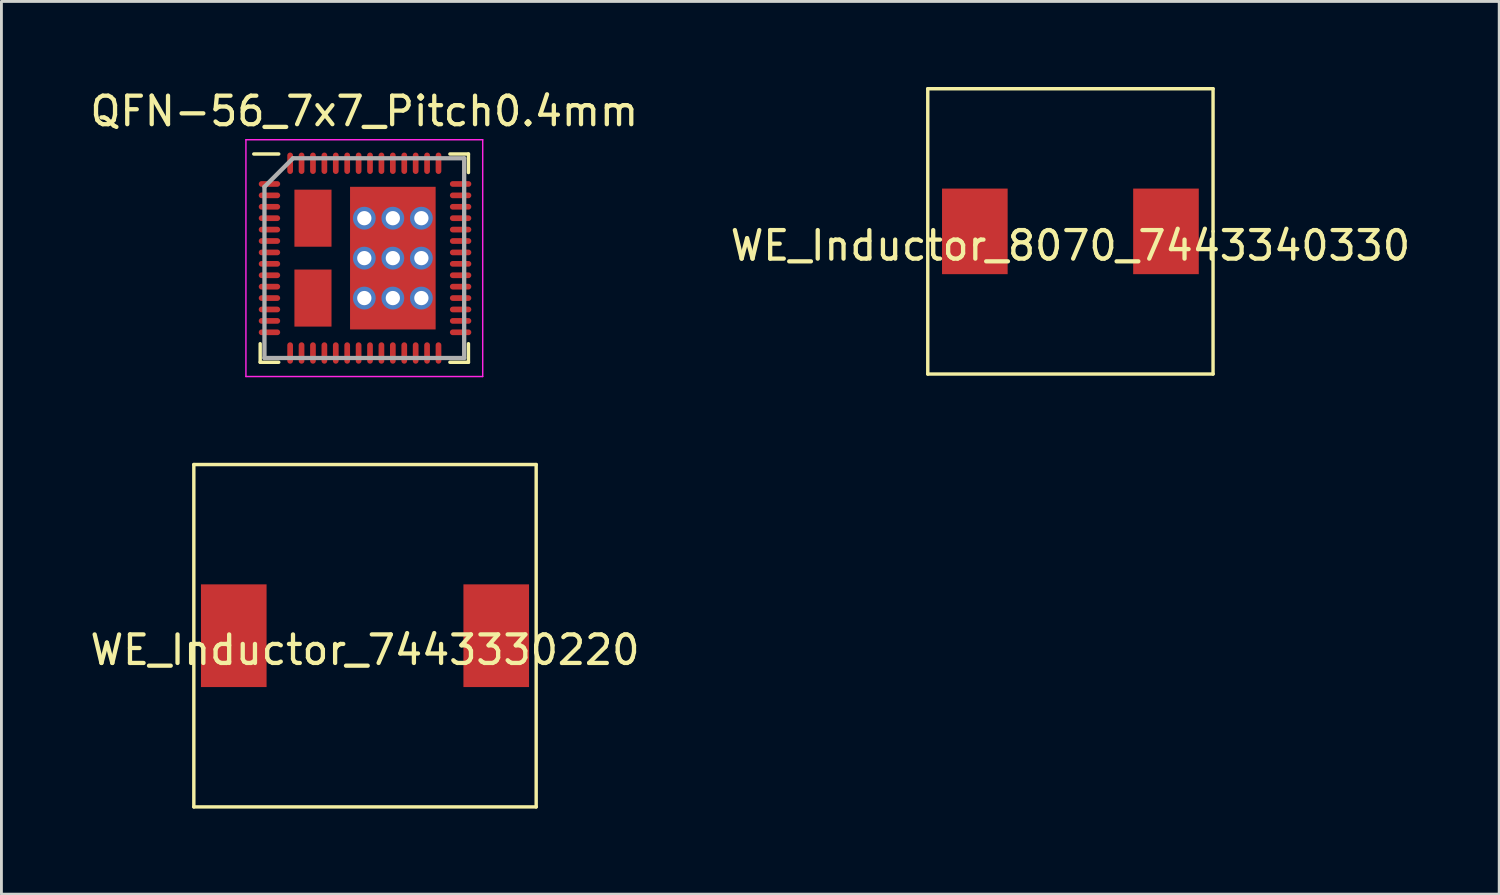
<source format=kicad_pcb>
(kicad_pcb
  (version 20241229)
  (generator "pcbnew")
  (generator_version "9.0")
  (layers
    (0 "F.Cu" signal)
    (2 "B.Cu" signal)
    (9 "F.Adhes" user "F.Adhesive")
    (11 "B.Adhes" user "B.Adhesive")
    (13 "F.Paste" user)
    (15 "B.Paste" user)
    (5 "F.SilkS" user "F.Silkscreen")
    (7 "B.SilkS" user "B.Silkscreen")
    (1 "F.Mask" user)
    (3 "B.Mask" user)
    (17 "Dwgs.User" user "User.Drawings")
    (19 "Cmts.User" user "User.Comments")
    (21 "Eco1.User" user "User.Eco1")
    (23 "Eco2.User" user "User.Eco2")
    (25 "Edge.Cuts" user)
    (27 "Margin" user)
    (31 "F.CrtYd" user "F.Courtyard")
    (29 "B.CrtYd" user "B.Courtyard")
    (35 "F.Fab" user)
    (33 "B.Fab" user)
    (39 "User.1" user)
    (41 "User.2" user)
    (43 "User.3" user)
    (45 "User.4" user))
  (footprint "QFN-56_7x7_Pitch0.4mm"
    (layer "F.Cu")
    (at 9.72 5.998)
    (property "Reference" "QFN-56_7x7_Pitch0.4mm" (at 0 -5.15 0) (layer "F.SilkS") (effects (font (size 1 1) (thickness 0.15))))
    (attr smd)
    (fp_line (start -3.65 3.65) (end -3.65 3) (stroke (width 0.12) (type solid)) (layer "F.SilkS"))
    (fp_line (start -3 -3.65) (end -3.875 -3.65) (stroke (width 0.12) (type solid)) (layer "F.SilkS"))
    (fp_line (start -3 3.65) (end -3.65 3.65) (stroke (width 0.12) (type solid)) (layer "F.SilkS"))
    (fp_line (start 3 -3.65) (end 3.65 -3.65) (stroke (width 0.12) (type solid)) (layer "F.SilkS"))
    (fp_line (start 3 3.65) (end 3.65 3.65) (stroke (width 0.12) (type solid)) (layer "F.SilkS"))
    (fp_line (start 3.65 -3.65) (end 3.65 -3) (stroke (width 0.12) (type solid)) (layer "F.SilkS"))
    (fp_line (start 3.65 3.65) (end 3.65 3) (stroke (width 0.12) (type solid)) (layer "F.SilkS"))
    (fp_line (start -4.15 -4.15) (end 4.15 -4.15) (stroke (width 0.05) (type solid)) (layer "F.CrtYd"))
    (fp_line (start -4.15 4.15) (end -4.15 -4.15) (stroke (width 0.05) (type solid)) (layer "F.CrtYd"))
    (fp_line (start 4.15 -4.15) (end 4.15 4.15) (stroke (width 0.05) (type solid)) (layer "F.CrtYd"))
    (fp_line (start 4.15 4.15) (end -4.15 4.15) (stroke (width 0.05) (type solid)) (layer "F.CrtYd"))
    (fp_line (start -3.5 -2.5) (end -3.5 3.5) (stroke (width 0.15) (type solid)) (layer "F.Fab"))
    (fp_line (start -3.5 3.5) (end 3.5 3.5) (stroke (width 0.15) (type solid)) (layer "F.Fab"))
    (fp_line (start -2.5 -3.5) (end -3.5 -2.5) (stroke (width 0.15) (type solid)) (layer "F.Fab"))
    (fp_line (start 3.5 -3.5) (end -2.5 -3.5) (stroke (width 0.15) (type solid)) (layer "F.Fab"))
    (fp_line (start 3.5 3.5) (end 3.5 -3.5) (stroke (width 0.15) (type solid)) (layer "F.Fab"))
    (pad "1" smd oval (at -3.325 -2.6 90) (size 0.2 0.75) (layers "F.Cu" "F.Mask" "F.Paste"))
    (pad "2" smd oval (at -3.325 -2.2 90) (size 0.2 0.75) (layers "F.Cu" "F.Mask" "F.Paste"))
    (pad "3" smd oval (at -3.325 -1.8 90) (size 0.2 0.75) (layers "F.Cu" "F.Mask" "F.Paste"))
    (pad "4" smd oval (at -3.325 -1.4 90) (size 0.2 0.75) (layers "F.Cu" "F.Mask" "F.Paste"))
    (pad "5" smd oval (at -3.325 -1 90) (size 0.2 0.75) (layers "F.Cu" "F.Mask" "F.Paste"))
    (pad "6" smd oval (at -3.325 -0.6 90) (size 0.2 0.75) (layers "F.Cu" "F.Mask" "F.Paste"))
    (pad "7" smd oval (at -3.325 -0.2 90) (size 0.2 0.75) (layers "F.Cu" "F.Mask" "F.Paste"))
    (pad "8" smd oval (at -3.325 0.2 90) (size 0.2 0.75) (layers "F.Cu" "F.Mask" "F.Paste"))
    (pad "9" smd oval (at -3.325 0.6 90) (size 0.2 0.75) (layers "F.Cu" "F.Mask" "F.Paste"))
    (pad "10" smd oval (at -3.325 1 90) (size 0.2 0.75) (layers "F.Cu" "F.Mask" "F.Paste"))
    (pad "11" smd oval (at -3.325 1.4 90) (size 0.2 0.75) (layers "F.Cu" "F.Mask" "F.Paste"))
    (pad "12" smd oval (at -3.325 1.8 90) (size 0.2 0.75) (layers "F.Cu" "F.Mask" "F.Paste"))
    (pad "13" smd oval (at -3.325 2.2 90) (size 0.2 0.75) (layers "F.Cu" "F.Mask" "F.Paste"))
    (pad "14" smd oval (at -3.325 2.6 90) (size 0.2 0.75) (layers "F.Cu" "F.Mask" "F.Paste"))
    (pad "15" smd oval (at -2.6 3.325) (size 0.2 0.75) (layers "F.Cu" "F.Mask" "F.Paste"))
    (pad "16" smd oval (at -2.2 3.325) (size 0.2 0.75) (layers "F.Cu" "F.Mask" "F.Paste"))
    (pad "17" smd oval (at -1.8 3.325) (size 0.2 0.75) (layers "F.Cu" "F.Mask" "F.Paste"))
    (pad "18" smd oval (at -1.4 3.325) (size 0.2 0.75) (layers "F.Cu" "F.Mask" "F.Paste"))
    (pad "19" smd oval (at -1 3.325) (size 0.2 0.75) (layers "F.Cu" "F.Mask" "F.Paste"))
    (pad "20" smd oval (at -0.6 3.325) (size 0.2 0.75) (layers "F.Cu" "F.Mask" "F.Paste"))
    (pad "21" smd oval (at -0.2 3.325) (size 0.2 0.75) (layers "F.Cu" "F.Mask" "F.Paste"))
    (pad "22" smd oval (at 0.2 3.325) (size 0.2 0.75) (layers "F.Cu" "F.Mask" "F.Paste"))
    (pad "23" smd oval (at 0.6 3.325) (size 0.2 0.75) (layers "F.Cu" "F.Mask" "F.Paste"))
    (pad "24" smd oval (at 1 3.325) (size 0.2 0.75) (layers "F.Cu" "F.Mask" "F.Paste"))
    (pad "25" smd oval (at 1.4 3.325) (size 0.2 0.75) (layers "F.Cu" "F.Mask" "F.Paste"))
    (pad "26" smd oval (at 1.8 3.325) (size 0.2 0.75) (layers "F.Cu" "F.Mask" "F.Paste"))
    (pad "27" smd oval (at 2.2 3.325) (size 0.2 0.75) (layers "F.Cu" "F.Mask" "F.Paste"))
    (pad "28" smd oval (at 2.6 3.325) (size 0.2 0.75) (layers "F.Cu" "F.Mask" "F.Paste"))
    (pad "29" smd oval (at 3.375 2.6 90) (size 0.2 0.75) (layers "F.Cu" "F.Mask" "F.Paste"))
    (pad "30" smd oval (at 3.375 2.2 90) (size 0.2 0.75) (layers "F.Cu" "F.Mask" "F.Paste"))
    (pad "31" smd oval (at 3.375 1.8 90) (size 0.2 0.75) (layers "F.Cu" "F.Mask" "F.Paste"))
    (pad "32" smd oval (at 3.375 1.4 90) (size 0.2 0.75) (layers "F.Cu" "F.Mask" "F.Paste"))
    (pad "33" smd oval (at 3.375 1 90) (size 0.2 0.75) (layers "F.Cu" "F.Mask" "F.Paste"))
    (pad "34" smd oval (at 3.375 0.6 90) (size 0.2 0.75) (layers "F.Cu" "F.Mask" "F.Paste"))
    (pad "35" smd oval (at 3.375 0.2 90) (size 0.2 0.75) (layers "F.Cu" "F.Mask" "F.Paste"))
    (pad "36" smd oval (at 3.375 -0.2 90) (size 0.2 0.75) (layers "F.Cu" "F.Mask" "F.Paste"))
    (pad "37" smd oval (at 3.375 -0.6 90) (size 0.2 0.75) (layers "F.Cu" "F.Mask" "F.Paste"))
    (pad "38" smd oval (at 3.375 -1 90) (size 0.2 0.75) (layers "F.Cu" "F.Mask" "F.Paste"))
    (pad "39" smd oval (at 3.375 -1.4 90) (size 0.2 0.75) (layers "F.Cu" "F.Mask" "F.Paste"))
    (pad "40" smd oval (at 3.375 -1.8 90) (size 0.2 0.75) (layers "F.Cu" "F.Mask" "F.Paste"))
    (pad "41" smd oval (at 3.375 -2.2 90) (size 0.2 0.75) (layers "F.Cu" "F.Mask" "F.Paste"))
    (pad "42" smd oval (at 3.375 -2.6 90) (size 0.2 0.75) (layers "F.Cu" "F.Mask" "F.Paste"))
    (pad "43" smd oval (at 2.6 -3.325) (size 0.2 0.75) (layers "F.Cu" "F.Mask" "F.Paste"))
    (pad "44" smd oval (at 2.2 -3.325) (size 0.2 0.75) (layers "F.Cu" "F.Mask" "F.Paste"))
    (pad "45" smd oval (at 1.8 -3.325) (size 0.2 0.75) (layers "F.Cu" "F.Mask" "F.Paste"))
    (pad "46" smd oval (at 1.4 -3.325) (size 0.2 0.75) (layers "F.Cu" "F.Mask" "F.Paste"))
    (pad "47" smd oval (at 1 -3.325) (size 0.2 0.75) (layers "F.Cu" "F.Mask" "F.Paste"))
    (pad "48" smd oval (at 0.6 -3.325) (size 0.2 0.75) (layers "F.Cu" "F.Mask" "F.Paste"))
    (pad "49" smd oval (at 0.2 -3.325) (size 0.2 0.75) (layers "F.Cu" "F.Mask" "F.Paste"))
    (pad "50" smd oval (at -0.2 -3.325) (size 0.2 0.75) (layers "F.Cu" "F.Mask" "F.Paste"))
    (pad "51" smd oval (at -0.6 -3.325) (size 0.2 0.75) (layers "F.Cu" "F.Mask" "F.Paste"))
    (pad "52" smd oval (at -1 -3.325) (size 0.2 0.75) (layers "F.Cu" "F.Mask" "F.Paste"))
    (pad "53" smd oval (at -1.4 -3.325) (size 0.2 0.75) (layers "F.Cu" "F.Mask" "F.Paste"))
    (pad "54" smd oval (at -1.8 -3.325) (size 0.2 0.75) (layers "F.Cu" "F.Mask" "F.Paste"))
    (pad "55" smd oval (at -2.2 -3.325) (size 0.2 0.75) (layers "F.Cu" "F.Mask" "F.Paste"))
    (pad "56" smd oval (at -2.6 -3.325) (size 0.2 0.75) (layers "F.Cu" "F.Mask" "F.Paste"))
    (pad "57" smd rect (at -1.8 -1.4) (size 1.3 2) (layers "F.Cu" "F.Mask" "F.Paste"))
    (pad "58" smd rect (at -1.8 1.4) (size 1.3 2) (layers "F.Cu" "F.Mask" "F.Paste"))
    (pad "59" thru_hole circle (at 0 -1.4) (size 0.8 0.8) (drill 0.5) (layers "*.Cu" "*.Mask"))
    (pad "59" thru_hole circle (at 0 0) (size 0.8 0.8) (drill 0.5) (layers "*.Cu" "*.Mask"))
    (pad "59" thru_hole circle (at 0 1.4) (size 0.8 0.8) (drill 0.5) (layers "*.Cu" "*.Mask"))
    (pad "59" thru_hole circle (at 1 -1.4) (size 0.8 0.8) (drill 0.5) (layers "*.Cu" "*.Mask"))
    (pad "59" thru_hole circle (at 1 0) (size 0.8 0.8) (drill 0.5) (layers "*.Cu" "*.Mask"))
    (pad "59" smd rect (at 1 0) (size 3 5) (layers "F.Cu" "F.Mask" "F.Paste"))
    (pad "59" thru_hole circle (at 1 1.4) (size 0.8 0.8) (drill 0.5) (layers "*.Cu" "*.Mask"))
    (pad "59" thru_hole circle (at 2 -1.4) (size 0.8 0.8) (drill 0.5) (layers "*.Cu" "*.Mask"))
    (pad "59" thru_hole circle (at 2 0) (size 0.8 0.8) (drill 0.5) (layers "*.Cu" "*.Mask"))
    (pad "59" thru_hole circle (at 2 1.4) (size 0.8 0.8) (drill 0.5) (layers "*.Cu" "*.Mask")))
  (footprint "WE_Inductor_8070_7443340330"
    (layer "F.Cu")
    (at 34.47 5.06)
    (property "Reference" "WE_Inductor_8070_7443340330" (at 0 0.5 0) (layer "F.SilkS") (effects (font (size 1 1) (thickness 0.15))))
    (attr through_hole)
    (fp_line (start -5 -5) (end -5 5) (stroke (width 0.12) (type solid)) (layer "F.SilkS"))
    (fp_line (start -5 5) (end 5 5) (stroke (width 0.12) (type solid)) (layer "F.SilkS"))
    (fp_line (start 5 -5) (end -5 -5) (stroke (width 0.12) (type solid)) (layer "F.SilkS"))
    (fp_line (start 5 0) (end 5 -5) (stroke (width 0.12) (type solid)) (layer "F.SilkS"))
    (fp_line (start 5 5) (end 5 0) (stroke (width 0.12) (type solid)) (layer "F.SilkS"))
    (pad "1" smd rect (at -3.35 0) (size 2.3 3) (layers "F.Cu" "F.Mask" "F.Paste"))
    (pad "2" smd rect (at 3.35 0) (size 2.3 3) (layers "F.Cu" "F.Mask" "F.Paste")))
  (footprint "WE_Inductor_7443330220"
    (layer "F.Cu")
    (at 9.744 19.233)
    (property "Reference" "WE_Inductor_7443330220" (at 0 0.5 0) (layer "F.SilkS") (effects (font (size 1 1) (thickness 0.15))))
    (attr through_hole)
    (fp_line (start -6 -6) (end 6 -6) (stroke (width 0.12) (type solid)) (layer "F.SilkS"))
    (fp_line (start -6 6) (end -6 -6) (stroke (width 0.12) (type solid)) (layer "F.SilkS"))
    (fp_line (start 6 -6) (end 6 6) (stroke (width 0.12) (type solid)) (layer "F.SilkS"))
    (fp_line (start 6 6) (end -6 6) (stroke (width 0.12) (type solid)) (layer "F.SilkS"))
    (pad "1" smd rect (at -4.6 0) (size 2.3 3.6) (layers "F.Cu" "F.Mask" "F.Paste"))
    (pad "2" smd rect (at 4.6 0) (size 2.3 3.6) (layers "F.Cu" "F.Mask" "F.Paste")))
  (gr_rect
    (start -3 -3)
    (end 49.5 28.293)
    (stroke (width 0.1) (type default))
    (fill no)
    (layer "Edge.Cuts")))
</source>
